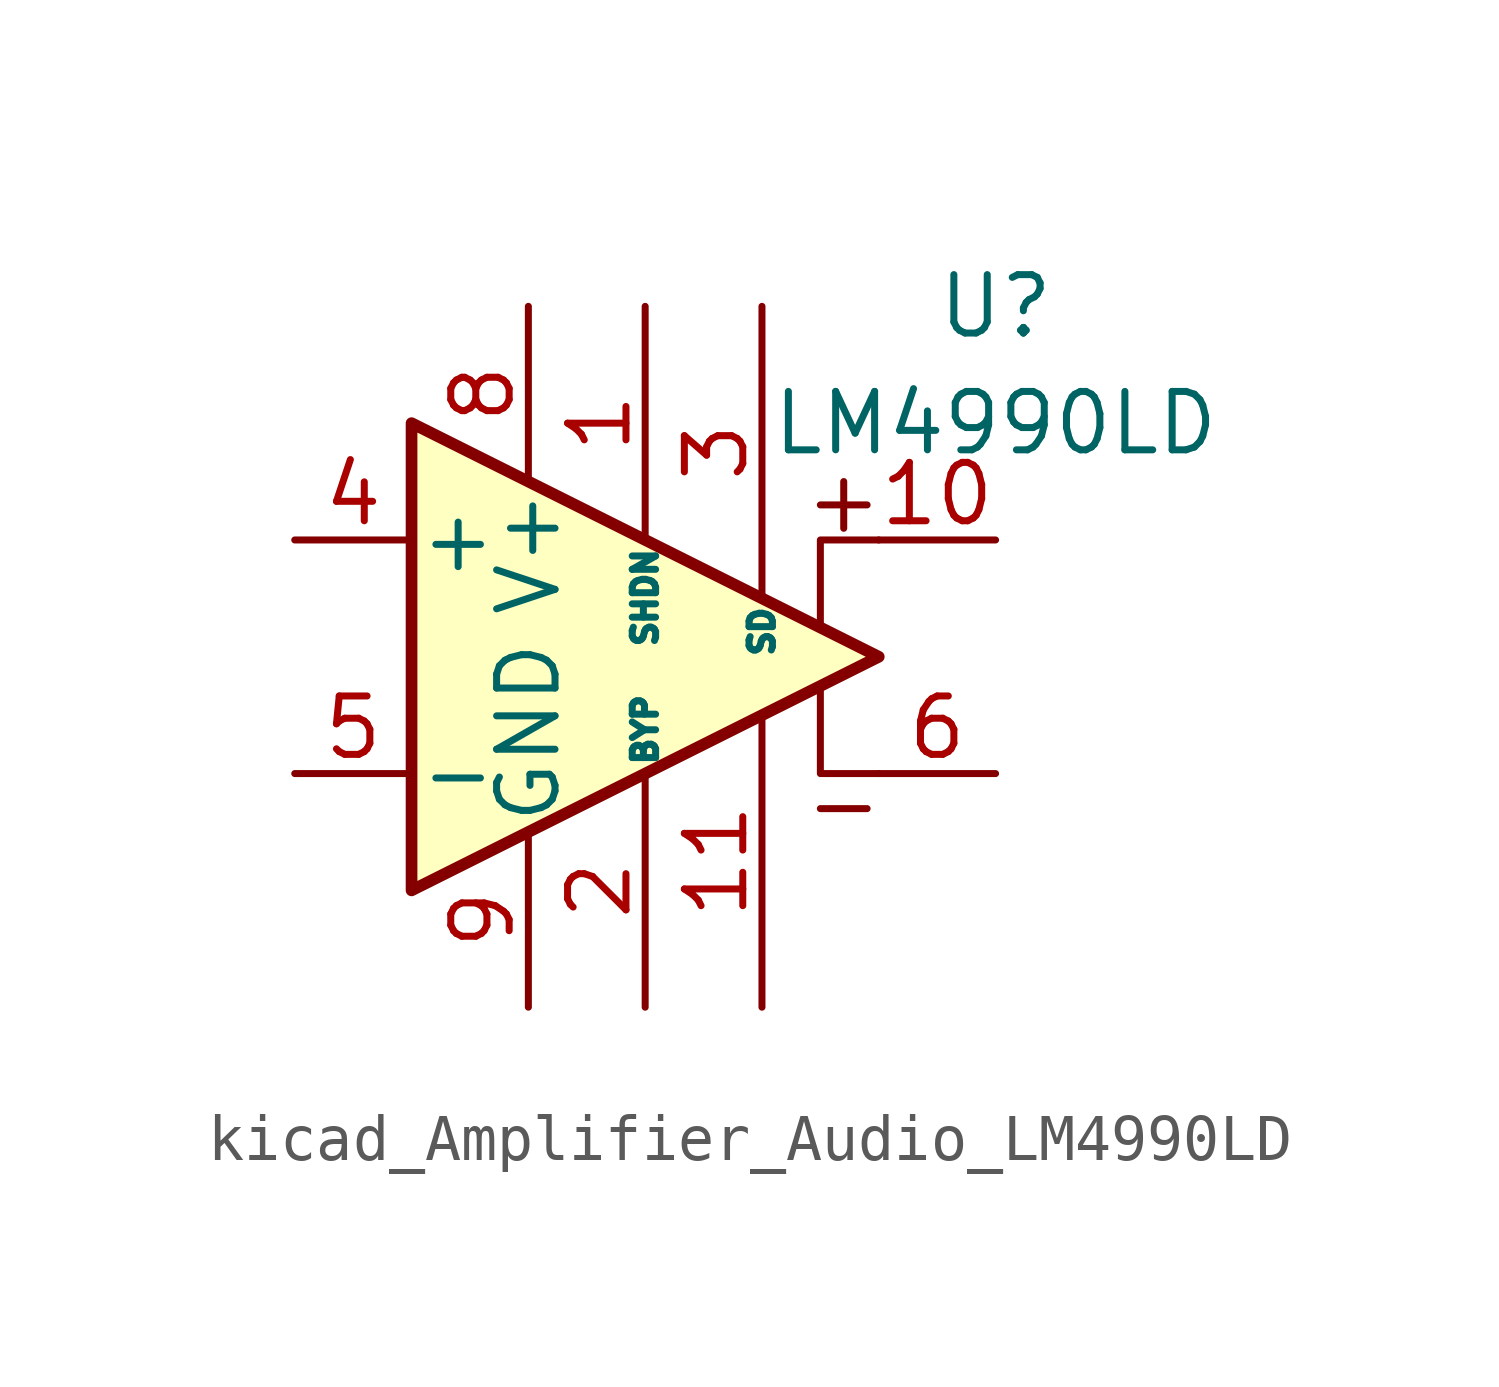
<source format=kicad_sym>
(kicad_symbol_lib
  (version 20220914)
  (generator kicad_symbol_editor)
  (symbol "kicad_Amplifier_Audio_LM4990LD"
    (pin_names
      (offset 0.127))
    (property "Reference" "U"
      (at 7.62 7.62 0)
      (effects (font (size 1.27 1.27))))
    (property "Value" "LM4990LD"
      (at 7.62 5.08 0)
      (effects (font (size 1.27 1.27))))
    (symbol "kicad_Amplifier_Audio_LM4990LD_0_1"
      (polyline (pts (xy 3.81 -0.635) (xy 3.81 -2.54) (xy 5.08 -2.54)) (stroke (width 0) (type default)) (fill (type none)))
      (polyline (pts (xy 5.08 2.54) (xy 3.81 2.54) (xy 3.81 0.635)) (stroke (width 0) (type default)) (fill (type none)))
      (polyline (pts (xy -5.08 5.08) (xy 5.08 0) (xy -5.08 -5.08) (xy -5.08 5.08)) (stroke (width 0.254) (type default)) (fill (type background))))
    (symbol "kicad_Amplifier_Audio_LM4990LD_1_1"
      (polyline (pts (xy 3.81 -3.302) (xy 4.826 -3.302)) (stroke (width 0) (type default)) (fill (type none)))
      (polyline (pts (xy 4.318 3.81) (xy 4.318 2.794)) (stroke (width 0) (type default)) (fill (type none)))
      (polyline (pts (xy 4.826 3.302) (xy 3.81 3.302)) (stroke (width 0) (type default)) (fill (type none)))
      (pin output line (at 0 7.62 270) (length 5.08) (name "SHDN" (effects (font (size 0.508 0.508)))) (number "1" (effects (font (size 1.27 1.27)))))
      (pin output line (at 7.62 2.54 180) (length 2.54) (name "~" (effects (font (size 1.27 1.27)))) (number "10" (effects (font (size 1.27 1.27)))))
      (pin power_in line (at 2.54 -7.62 90) (length 6.35) (name "~" (effects (font (size 1.27 1.27)))) (number "11" (effects (font (size 1.27 1.27)))))
      (pin input line (at 0 -7.62 90) (length 5.08) (name "BYP" (effects (font (size 0.508 0.508)))) (number "2" (effects (font (size 1.27 1.27)))))
      (pin input line (at 2.54 7.62 270) (length 6.35) (name "SD" (effects (font (size 0.508 0.508)))) (number "3" (effects (font (size 1.27 1.27)))))
      (pin input line (at -7.62 2.54 0) (length 2.54) (name "+" (effects (font (size 1.27 1.27)))) (number "4" (effects (font (size 1.27 1.27)))))
      (pin input line (at -7.62 -2.54 0) (length 2.54) (name "-" (effects (font (size 1.27 1.27)))) (number "5" (effects (font (size 1.27 1.27)))))
      (pin output line (at 7.62 -2.54 180) (length 2.54) (name "~" (effects (font (size 1.27 1.27)))) (number "6" (effects (font (size 1.27 1.27)))))
      (pin no_connect line (at 0 2.54 270) (length 2.54) hide (name "NC" (effects (font (size 1.27 1.27)))) (number "7" (effects (font (size 1.27 1.27)))))
      (pin power_in line (at -2.54 7.62 270) (length 3.81) (name "V+" (effects (font (size 1.27 1.27)))) (number "8" (effects (font (size 1.27 1.27)))))
      (pin power_in line (at -2.54 -7.62 90) (length 3.81) (name "GND" (effects (font (size 1.27 1.27)))) (number "9" (effects (font (size 1.27 1.27))))))))
</source>
